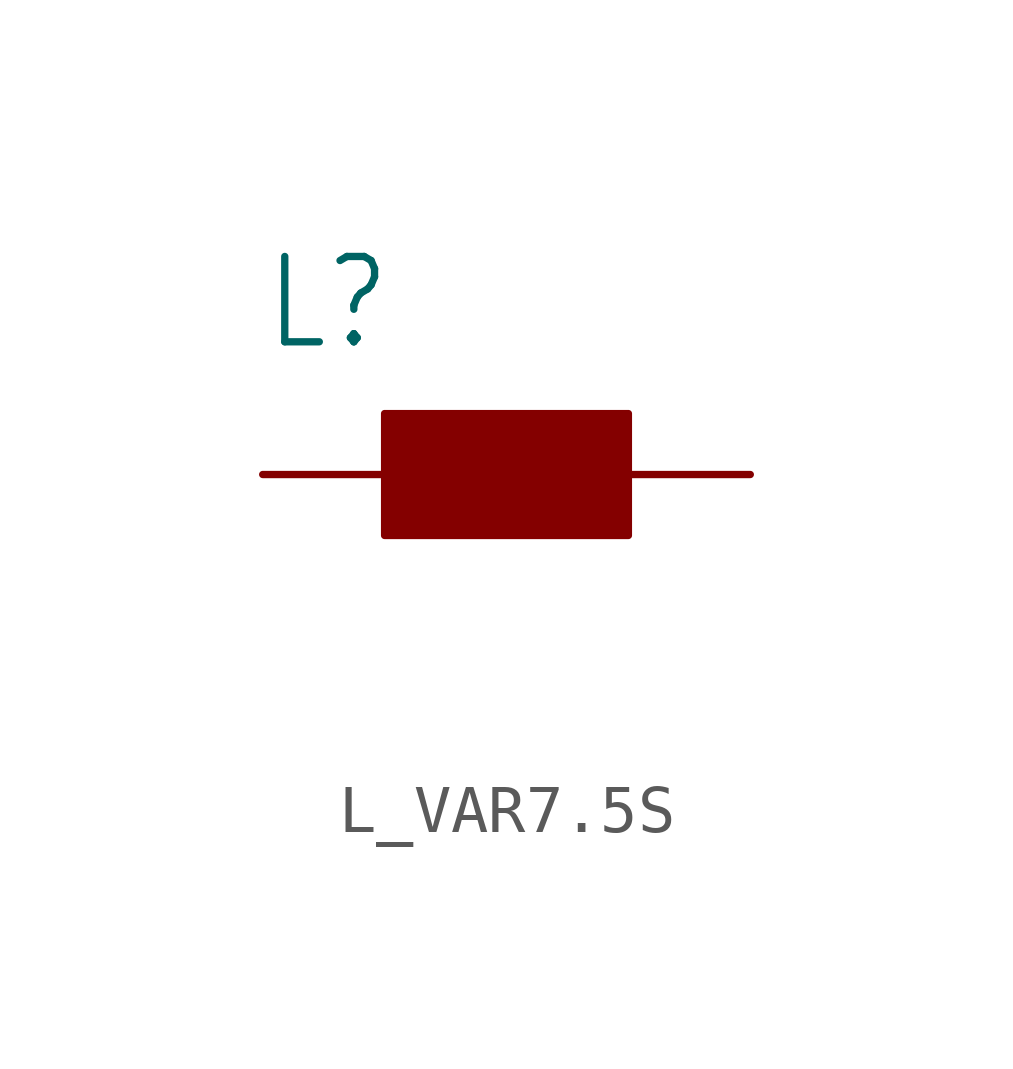
<source format=kicad_sym>
(kicad_symbol_lib
  (version 20220914)
  (generator kicad_symbol_editor)
  (symbol "L_VAR7.5S"
    (property "Reference" "L"
      (at -5.08 2.54 0)
      (effects (font (size 1.778 1.511)) (justify left bottom)))
    (property "Value" ""
      (at -5.08 -5.08 0)
      (effects (font (size 1.778 1.511)) (justify left bottom)))
    (property "ki_locked" ""
      (at 0 0 0)
      (effects (font (size 1.27 1.27))))
    (symbol "L_VAR7.5S_1_0"
      (rectangle (start -2.54 -1.27) (end 2.54 1.27) (stroke (width 0) (type default)) (fill (type outline)))
      (pin bidirectional line (at -5.08 0 0) (length 2.54) (name "P$1" (effects (font (size 0 0)))) (number "P$1" (effects (font (size 0 0)))))
      (pin bidirectional line (at 5.08 0 180) (length 2.54) (name "P$2" (effects (font (size 0 0)))) (number "P$2" (effects (font (size 0 0))))))))
</source>
